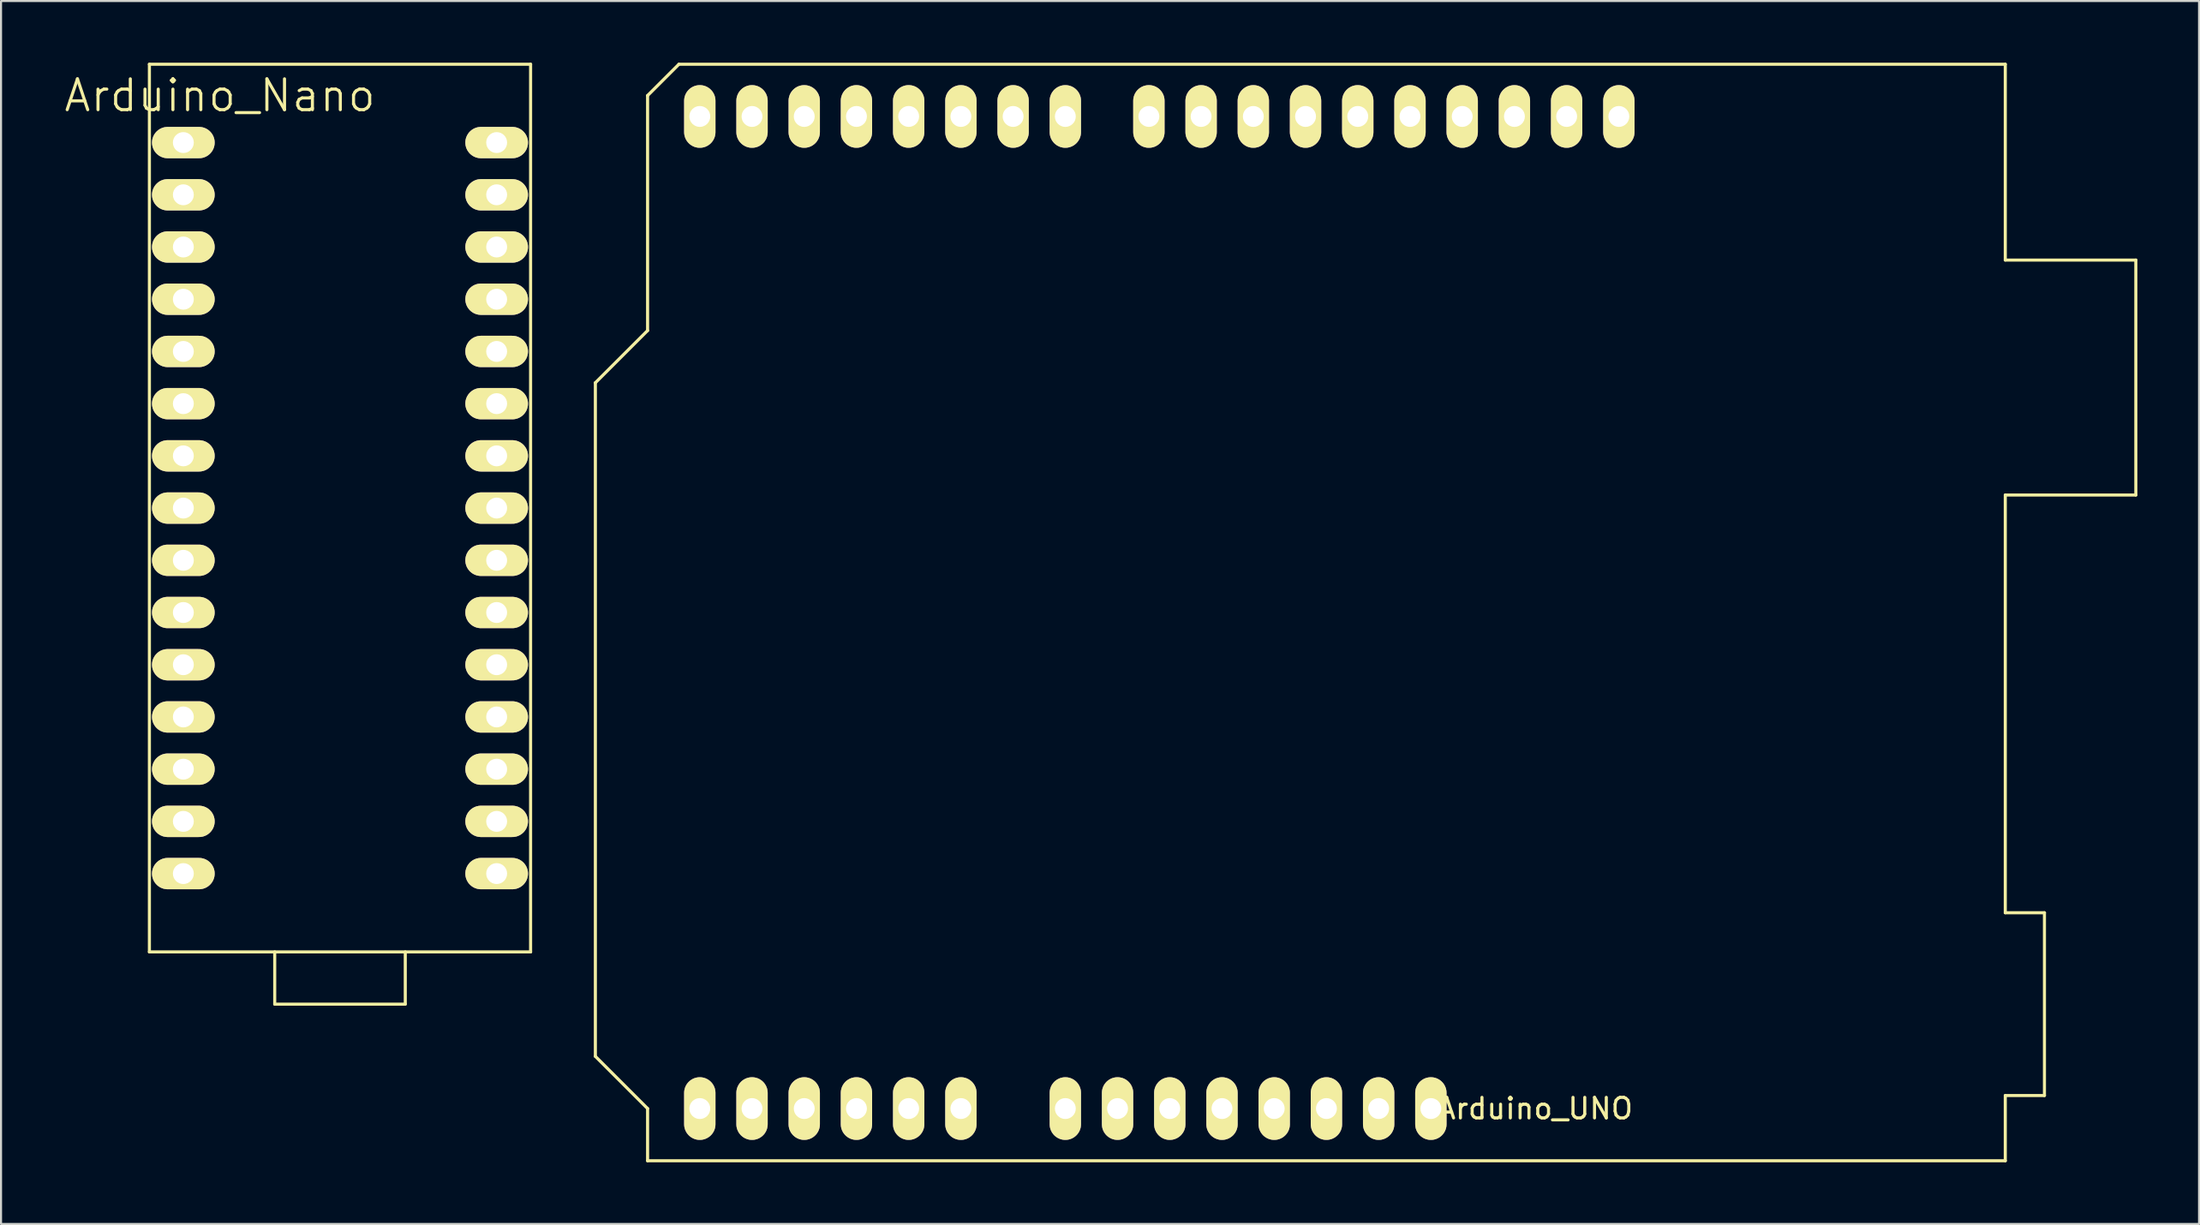
<source format=kicad_pcb>
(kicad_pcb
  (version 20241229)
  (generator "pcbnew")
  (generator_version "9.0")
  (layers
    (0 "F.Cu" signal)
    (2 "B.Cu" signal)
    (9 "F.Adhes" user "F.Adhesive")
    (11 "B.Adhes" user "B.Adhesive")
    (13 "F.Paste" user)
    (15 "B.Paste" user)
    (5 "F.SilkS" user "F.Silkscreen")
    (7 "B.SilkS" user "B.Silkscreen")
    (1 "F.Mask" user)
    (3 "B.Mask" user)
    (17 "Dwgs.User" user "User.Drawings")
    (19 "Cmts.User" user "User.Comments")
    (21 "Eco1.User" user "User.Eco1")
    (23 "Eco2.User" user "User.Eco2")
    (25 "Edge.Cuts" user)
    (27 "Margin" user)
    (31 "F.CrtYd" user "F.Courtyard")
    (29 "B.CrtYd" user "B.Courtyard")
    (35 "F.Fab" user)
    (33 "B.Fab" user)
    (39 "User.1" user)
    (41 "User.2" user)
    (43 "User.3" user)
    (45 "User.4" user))
  (footprint "Arduino_UNO"
    (layer "F.Cu")
    (at 64.009 25.475)
    (property "Reference" "Arduino_UNO" (at 7.62 25.4 0) (layer "F.SilkS") (effects (font (size 1 1) (thickness 0.15))))
    (attr through_hole)
    (fp_line (start -38.1 -9.906) (end -38.1 22.86) (stroke (width 0.15) (type solid)) (layer "F.SilkS"))
    (fp_line (start -38.1 22.86) (end -35.56 25.4) (stroke (width 0.15) (type solid)) (layer "F.SilkS"))
    (fp_line (start -35.56 -23.876) (end -35.56 -12.446) (stroke (width 0.15) (type solid)) (layer "F.SilkS"))
    (fp_line (start -35.56 -12.446) (end -38.1 -9.906) (stroke (width 0.15) (type solid)) (layer "F.SilkS"))
    (fp_line (start -35.56 25.4) (end -35.56 27.94) (stroke (width 0.15) (type solid)) (layer "F.SilkS"))
    (fp_line (start -35.56 27.94) (end 30.48 27.94) (stroke (width 0.15) (type solid)) (layer "F.SilkS"))
    (fp_line (start -34.036 -25.4) (end -35.56 -23.876) (stroke (width 0.15) (type solid)) (layer "F.SilkS"))
    (fp_line (start 30.48 -25.4) (end -34.036 -25.4) (stroke (width 0.15) (type solid)) (layer "F.SilkS"))
    (fp_line (start 30.48 -15.875) (end 30.48 -25.4) (stroke (width 0.15) (type solid)) (layer "F.SilkS"))
    (fp_line (start 30.48 -4.445) (end 36.83 -4.445) (stroke (width 0.15) (type solid)) (layer "F.SilkS"))
    (fp_line (start 30.48 15.875) (end 30.48 -4.445) (stroke (width 0.15) (type solid)) (layer "F.SilkS"))
    (fp_line (start 30.48 24.765) (end 32.385 24.765) (stroke (width 0.15) (type solid)) (layer "F.SilkS"))
    (fp_line (start 30.48 27.94) (end 30.48 24.765) (stroke (width 0.15) (type solid)) (layer "F.SilkS"))
    (fp_line (start 32.385 15.875) (end 30.48 15.875) (stroke (width 0.15) (type solid)) (layer "F.SilkS"))
    (fp_line (start 32.385 24.765) (end 32.385 15.875) (stroke (width 0.15) (type solid)) (layer "F.SilkS"))
    (fp_line (start 36.83 -15.875) (end 30.48 -15.875) (stroke (width 0.15) (type solid)) (layer "F.SilkS"))
    (fp_line (start 36.83 -4.445) (end 36.83 -15.875) (stroke (width 0.15) (type solid)) (layer "F.SilkS"))
    (pad "1" thru_hole oval (at -33.02 -22.86) (size 1.524 3.048) (drill 1.016) (layers "*.Cu" "*.Mask" "F.SilkS"))
    (pad "2" thru_hole oval (at -30.48 -22.86) (size 1.524 3.048) (drill 1.016) (layers "*.Cu" "*.Mask" "F.SilkS"))
    (pad "3" thru_hole oval (at -27.94 -22.86) (size 1.524 3.048) (drill 1.016) (layers "*.Cu" "*.Mask" "F.SilkS"))
    (pad "4" thru_hole oval (at -25.4 -22.86) (size 1.524 3.048) (drill 1.016) (layers "*.Cu" "*.Mask" "F.SilkS"))
    (pad "5" thru_hole oval (at -22.86 -22.86) (size 1.524 3.048) (drill 1.016) (layers "*.Cu" "*.Mask" "F.SilkS"))
    (pad "6" thru_hole oval (at -20.32 -22.86) (size 1.524 3.048) (drill 1.016) (layers "*.Cu" "*.Mask" "F.SilkS"))
    (pad "7" thru_hole oval (at -17.78 -22.86) (size 1.524 3.048) (drill 1.016) (layers "*.Cu" "*.Mask" "F.SilkS"))
    (pad "8" thru_hole oval (at -15.24 -22.86) (size 1.524 3.048) (drill 1.016) (layers "*.Cu" "*.Mask" "F.SilkS"))
    (pad "9" thru_hole oval (at -11.176 -22.86) (size 1.524 3.048) (drill 1.016) (layers "*.Cu" "*.Mask" "F.SilkS"))
    (pad "10" thru_hole oval (at -8.636 -22.86) (size 1.524 3.048) (drill 1.016) (layers "*.Cu" "*.Mask" "F.SilkS"))
    (pad "11" thru_hole oval (at -6.096 -22.86) (size 1.524 3.048) (drill 1.016) (layers "*.Cu" "*.Mask" "F.SilkS"))
    (pad "12" thru_hole oval (at -3.556 -22.86) (size 1.524 3.048) (drill 1.016) (layers "*.Cu" "*.Mask" "F.SilkS"))
    (pad "13" thru_hole oval (at -1.016 -22.86) (size 1.524 3.048) (drill 1.016) (layers "*.Cu" "*.Mask" "F.SilkS"))
    (pad "14" thru_hole oval (at 1.524 -22.86) (size 1.524 3.048) (drill 1.016) (layers "*.Cu" "*.Mask" "F.SilkS"))
    (pad "15" thru_hole oval (at 4.064 -22.86) (size 1.524 3.048) (drill 1.016) (layers "*.Cu" "*.Mask" "F.SilkS"))
    (pad "16" thru_hole oval (at 6.604 -22.86) (size 1.524 3.048) (drill 1.016) (layers "*.Cu" "*.Mask" "F.SilkS"))
    (pad "17" thru_hole oval (at 9.144 -22.86) (size 1.524 3.048) (drill 1.016) (layers "*.Cu" "*.Mask" "F.SilkS"))
    (pad "18" thru_hole oval (at 11.684 -22.86) (size 1.524 3.048) (drill 1.016) (layers "*.Cu" "*.Mask" "F.SilkS"))
    (pad "19" thru_hole oval (at 2.54 25.4) (size 1.524 3.048) (drill 1.016) (layers "*.Cu" "*.Mask" "F.SilkS"))
    (pad "20" thru_hole oval (at 0 25.4) (size 1.524 3.048) (drill 1.016) (layers "*.Cu" "*.Mask" "F.SilkS"))
    (pad "21" thru_hole oval (at -2.54 25.4) (size 1.524 3.048) (drill 1.016) (layers "*.Cu" "*.Mask" "F.SilkS"))
    (pad "22" thru_hole oval (at -5.08 25.4) (size 1.524 3.048) (drill 1.016) (layers "*.Cu" "*.Mask" "F.SilkS"))
    (pad "23" thru_hole oval (at -7.62 25.4) (size 1.524 3.048) (drill 1.016) (layers "*.Cu" "*.Mask" "F.SilkS"))
    (pad "24" thru_hole oval (at -10.16 25.4) (size 1.524 3.048) (drill 1.016) (layers "*.Cu" "*.Mask" "F.SilkS"))
    (pad "25" thru_hole oval (at -12.7 25.4) (size 1.524 3.048) (drill 1.016) (layers "*.Cu" "*.Mask" "F.SilkS"))
    (pad "26" thru_hole oval (at -15.24 25.4) (size 1.524 3.048) (drill 1.016) (layers "*.Cu" "*.Mask" "F.SilkS"))
    (pad "27" thru_hole oval (at -20.32 25.4) (size 1.524 3.048) (drill 1.016) (layers "*.Cu" "*.Mask" "F.SilkS"))
    (pad "28" thru_hole oval (at -22.86 25.4) (size 1.524 3.048) (drill 1.016) (layers "*.Cu" "*.Mask" "F.SilkS"))
    (pad "29" thru_hole oval (at -25.4 25.4) (size 1.524 3.048) (drill 1.016) (layers "*.Cu" "*.Mask" "F.SilkS"))
    (pad "30" thru_hole oval (at -27.94 25.4) (size 1.524 3.048) (drill 1.016) (layers "*.Cu" "*.Mask" "F.SilkS"))
    (pad "31" thru_hole oval (at -30.48 25.4) (size 1.524 3.048) (drill 1.016) (layers "*.Cu" "*.Mask" "F.SilkS"))
    (pad "32" thru_hole oval (at -33.02 25.4) (size 1.524 3.048) (drill 1.016) (layers "*.Cu" "*.Mask" "F.SilkS")))
  (footprint "Arduino_Nano"
    (layer "F.Cu")
    (at 5.868 3.885)
    (property "Reference" "Arduino_Nano" (at 1.778 -2.286 0) (layer "F.SilkS") (effects (font (size 1.5 1.5) (thickness 0.15))))
    (attr through_hole)
    (fp_line (start -1.651 -3.81) (end -1.651 39.37) (stroke (width 0.15) (type solid)) (layer "F.SilkS"))
    (fp_line (start -1.651 -3.81) (end 16.891 -3.81) (stroke (width 0.15) (type solid)) (layer "F.SilkS"))
    (fp_line (start 4.445 39.37) (end 4.445 41.91) (stroke (width 0.15) (type solid)) (layer "F.SilkS"))
    (fp_line (start 10.795 41.91) (end 4.445 41.91) (stroke (width 0.15) (type solid)) (layer "F.SilkS"))
    (fp_line (start 10.795 41.91) (end 10.795 39.37) (stroke (width 0.15) (type solid)) (layer "F.SilkS"))
    (fp_line (start 16.891 -3.81) (end 16.891 39.37) (stroke (width 0.15) (type solid)) (layer "F.SilkS"))
    (fp_line (start 16.891 39.37) (end -1.651 39.37) (stroke (width 0.15) (type solid)) (layer "F.SilkS"))
    (pad "1" thru_hole oval (at 0 0 90) (size 1.524 3.048) (drill 1.016) (layers "*.Cu" "*.Mask" "F.SilkS"))
    (pad "2" thru_hole oval (at 0 2.54 90) (size 1.524 3.048) (drill 1.016) (layers "*.Cu" "*.Mask" "F.SilkS"))
    (pad "3" thru_hole oval (at 0 5.08 90) (size 1.524 3.048) (drill 1.016) (layers "*.Cu" "*.Mask" "F.SilkS"))
    (pad "4" thru_hole oval (at 0 7.62 90) (size 1.524 3.048) (drill 1.016) (layers "*.Cu" "*.Mask" "F.SilkS"))
    (pad "5" thru_hole oval (at 0 10.16 90) (size 1.524 3.048) (drill 1.016) (layers "*.Cu" "*.Mask" "F.SilkS"))
    (pad "6" thru_hole oval (at 0 12.7 90) (size 1.524 3.048) (drill 1.016) (layers "*.Cu" "*.Mask" "F.SilkS"))
    (pad "7" thru_hole oval (at 0 15.24 90) (size 1.524 3.048) (drill 1.016) (layers "*.Cu" "*.Mask" "F.SilkS"))
    (pad "8" thru_hole oval (at 0 17.78 90) (size 1.524 3.048) (drill 1.016) (layers "*.Cu" "*.Mask" "F.SilkS"))
    (pad "9" thru_hole oval (at 0 20.32 90) (size 1.524 3.048) (drill 1.016) (layers "*.Cu" "*.Mask" "F.SilkS"))
    (pad "10" thru_hole oval (at 0 22.86 90) (size 1.524 3.048) (drill 1.016) (layers "*.Cu" "*.Mask" "F.SilkS"))
    (pad "11" thru_hole oval (at 0 25.4 90) (size 1.524 3.048) (drill 1.016) (layers "*.Cu" "*.Mask" "F.SilkS"))
    (pad "12" thru_hole oval (at 0 27.94 90) (size 1.524 3.048) (drill 1.016) (layers "*.Cu" "*.Mask" "F.SilkS"))
    (pad "13" thru_hole oval (at 0 30.48 90) (size 1.524 3.048) (drill 1.016) (layers "*.Cu" "*.Mask" "F.SilkS"))
    (pad "14" thru_hole oval (at 0 33.02 90) (size 1.524 3.048) (drill 1.016) (layers "*.Cu" "*.Mask" "F.SilkS"))
    (pad "15" thru_hole oval (at 0 35.56 90) (size 1.524 3.048) (drill 1.016) (layers "*.Cu" "*.Mask" "F.SilkS"))
    (pad "16" thru_hole oval (at 15.24 35.56 90) (size 1.524 3.048) (drill 1.016) (layers "*.Cu" "*.Mask" "F.SilkS"))
    (pad "17" thru_hole oval (at 15.24 33.02 90) (size 1.524 3.048) (drill 1.016) (layers "*.Cu" "*.Mask" "F.SilkS"))
    (pad "18" thru_hole oval (at 15.24 30.48 90) (size 1.524 3.048) (drill 1.016) (layers "*.Cu" "*.Mask" "F.SilkS"))
    (pad "19" thru_hole oval (at 15.24 27.94 90) (size 1.524 3.048) (drill 1.016) (layers "*.Cu" "*.Mask" "F.SilkS"))
    (pad "20" thru_hole oval (at 15.24 25.4 90) (size 1.524 3.048) (drill 1.016) (layers "*.Cu" "*.Mask" "F.SilkS"))
    (pad "21" thru_hole oval (at 15.24 22.86 90) (size 1.524 3.048) (drill 1.016) (layers "*.Cu" "*.Mask" "F.SilkS"))
    (pad "22" thru_hole oval (at 15.24 20.32 90) (size 1.524 3.048) (drill 1.016) (layers "*.Cu" "*.Mask" "F.SilkS"))
    (pad "23" thru_hole oval (at 15.24 17.78 90) (size 1.524 3.048) (drill 1.016) (layers "*.Cu" "*.Mask" "F.SilkS"))
    (pad "24" thru_hole oval (at 15.24 15.24 90) (size 1.524 3.048) (drill 1.016) (layers "*.Cu" "*.Mask" "F.SilkS"))
    (pad "25" thru_hole oval (at 15.24 12.7 90) (size 1.524 3.048) (drill 1.016) (layers "*.Cu" "*.Mask" "F.SilkS"))
    (pad "26" thru_hole oval (at 15.24 10.16 90) (size 1.524 3.048) (drill 1.016) (layers "*.Cu" "*.Mask" "F.SilkS"))
    (pad "27" thru_hole oval (at 15.24 7.62 90) (size 1.524 3.048) (drill 1.016) (layers "*.Cu" "*.Mask" "F.SilkS"))
    (pad "28" thru_hole oval (at 15.24 5.08 90) (size 1.524 3.048) (drill 1.016) (layers "*.Cu" "*.Mask" "F.SilkS"))
    (pad "29" thru_hole oval (at 15.24 2.54 90) (size 1.524 3.048) (drill 1.016) (layers "*.Cu" "*.Mask" "F.SilkS"))
    (pad "30" thru_hole oval (at 15.24 0 90) (size 1.524 3.048) (drill 1.016) (layers "*.Cu" "*.Mask" "F.SilkS")))
  (gr_rect
    (start -3 -3)
    (end 103.914 56.49)
    (stroke (width 0.1) (type default))
    (fill no)
    (layer "Edge.Cuts")))
</source>
